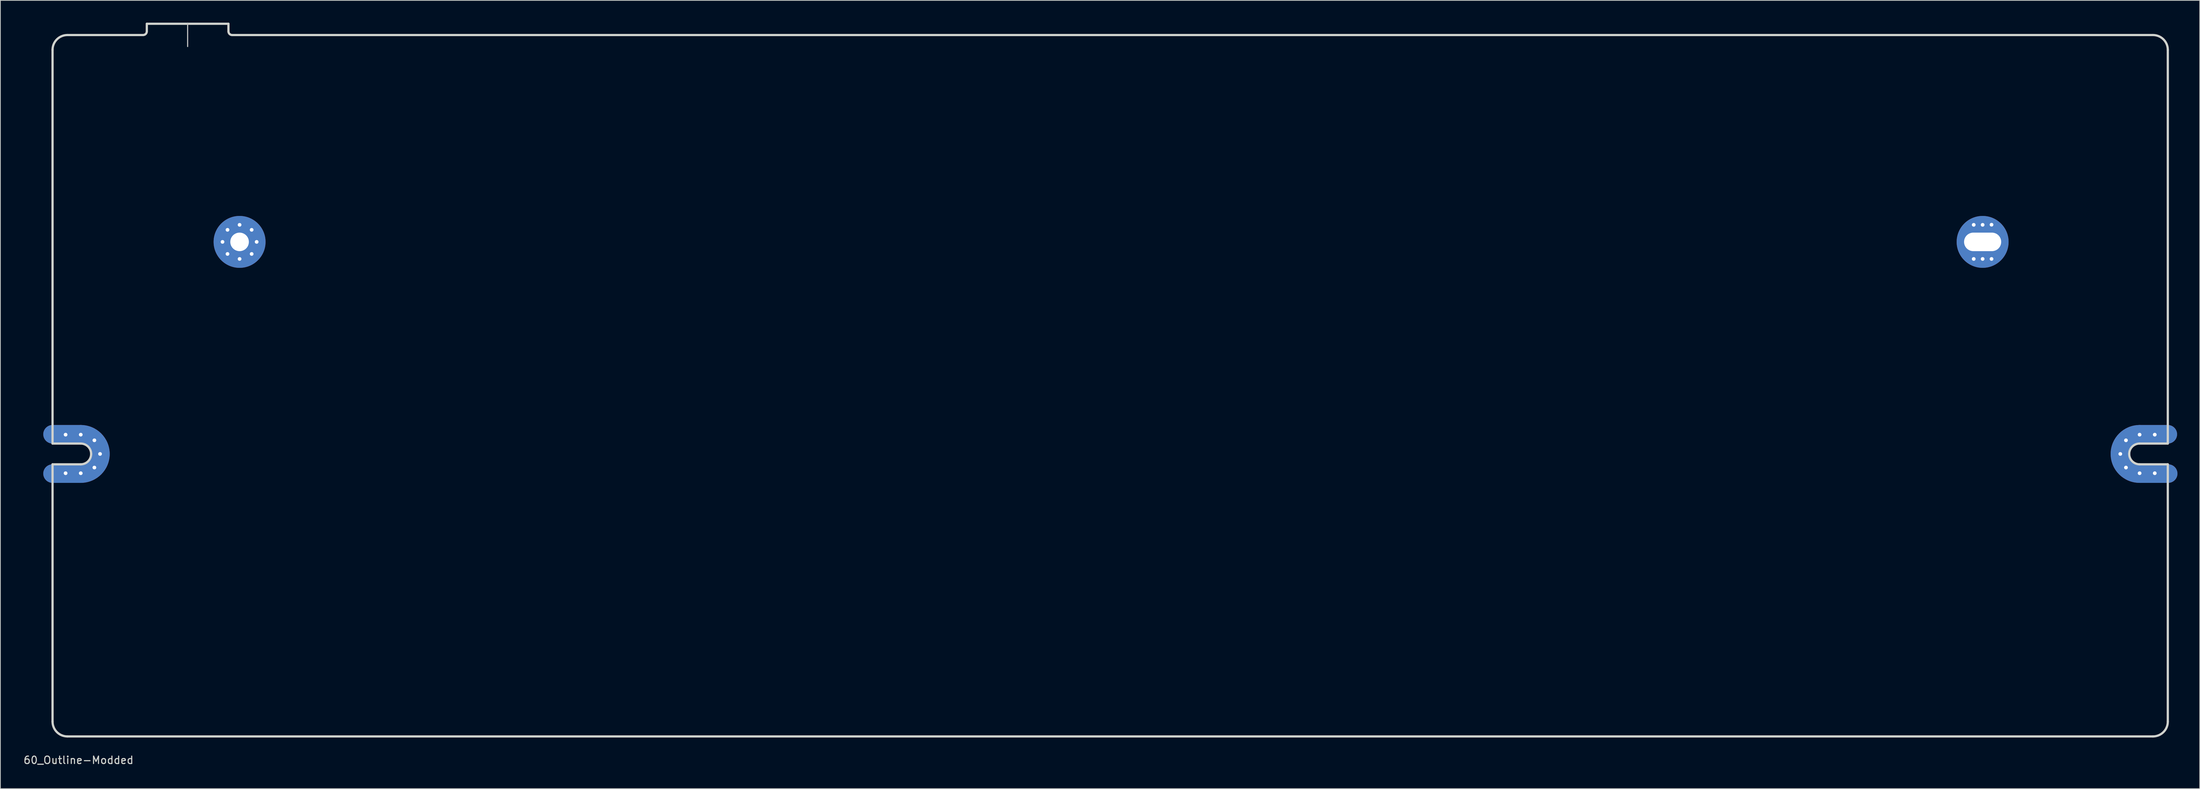
<source format=kicad_pcb>
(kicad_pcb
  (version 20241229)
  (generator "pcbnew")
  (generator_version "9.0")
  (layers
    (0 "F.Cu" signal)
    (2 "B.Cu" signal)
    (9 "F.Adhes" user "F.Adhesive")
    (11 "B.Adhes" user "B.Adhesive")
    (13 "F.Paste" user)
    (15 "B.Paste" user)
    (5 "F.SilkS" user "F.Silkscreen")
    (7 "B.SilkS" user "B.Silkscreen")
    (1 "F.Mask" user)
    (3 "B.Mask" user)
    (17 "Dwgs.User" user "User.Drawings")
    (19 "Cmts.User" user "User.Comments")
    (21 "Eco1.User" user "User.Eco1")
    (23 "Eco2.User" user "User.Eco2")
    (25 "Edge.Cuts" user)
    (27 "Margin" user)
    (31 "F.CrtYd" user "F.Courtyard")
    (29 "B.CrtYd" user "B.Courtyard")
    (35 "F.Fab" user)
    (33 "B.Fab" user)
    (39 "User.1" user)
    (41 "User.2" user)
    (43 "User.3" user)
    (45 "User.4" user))
  (footprint "60_Outline-Modded"
    (layer "F.Cu")
    (at 146.53 48.975)
    (property "Reference" "60_Outline-Modded" (at -139 50.5 0) (layer "Edge.Cuts") (effects (font (size 1 1) (thickness 0.15))))
    (attr through_hole)
    (fp_line (start -142.5 6.549) (end -138.7 6.549) (stroke (width 2.502) (type solid)) (layer "F.Cu"))
    (fp_line (start -142.5 11.851) (end -138.7 11.851) (stroke (width 2.502) (type solid)) (layer "F.Cu"))
    (fp_line (start 138.7 6.549) (end 142.5 6.549) (stroke (width 2.502) (type solid)) (layer "F.Cu"))
    (fp_line (start 138.7 11.851) (end 142.55 11.851) (stroke (width 2.502) (type solid)) (layer "F.Cu"))
    (fp_arc (start -138.7 6.54905) (mid -136.825495 7.325495) (end -136.04905 9.2) (stroke (width 2.5019) (type solid)) (layer "F.Cu"))
    (fp_arc (start -136.04905 9.2) (mid -136.825495 11.074505) (end -138.7 11.85095) (stroke (width 2.5019) (type solid)) (layer "F.Cu"))
    (fp_arc (start 136.04905 9.2) (mid 136.825495 7.325495) (end 138.7 6.54905) (stroke (width 2.5019) (type solid)) (layer "F.Cu"))
    (fp_arc (start 138.7 11.85095) (mid 136.825495 11.074505) (end 136.04905 9.2) (stroke (width 2.5019) (type solid)) (layer "F.Cu"))
    (fp_line (start -142.5 6.549) (end -138.7 6.549) (stroke (width 2.502) (type solid)) (layer "F.Mask"))
    (fp_line (start -142.5 11.851) (end -138.7 11.851) (stroke (width 2.502) (type solid)) (layer "F.Mask"))
    (fp_line (start 138.7 6.549) (end 142.5 6.549) (stroke (width 2.502) (type solid)) (layer "F.Mask"))
    (fp_line (start 138.7 11.851) (end 142.55 11.851) (stroke (width 2.502) (type solid)) (layer "F.Mask"))
    (fp_arc (start -138.7 6.54905) (mid -136.825495 7.325495) (end -136.04905 9.2) (stroke (width 2.5019) (type solid)) (layer "F.Mask"))
    (fp_arc (start -136.04905 9.2) (mid -136.825495 11.074505) (end -138.7 11.85095) (stroke (width 2.5019) (type solid)) (layer "F.Mask"))
    (fp_arc (start 136.04905 9.2) (mid 136.825495 7.325495) (end 138.7 6.54905) (stroke (width 2.5019) (type solid)) (layer "F.Mask"))
    (fp_arc (start 138.7 11.85095) (mid 136.825495 11.074505) (end 136.04905 9.2) (stroke (width 2.5019) (type solid)) (layer "F.Mask"))
    (fp_line (start -142.5 6.549) (end -138.7 6.549) (stroke (width 2.502) (type solid)) (layer "B.Cu"))
    (fp_line (start -142.5 11.851) (end -138.7 11.851) (stroke (width 2.502) (type solid)) (layer "B.Cu"))
    (fp_line (start 138.7 6.549) (end 142.5 6.549) (stroke (width 2.502) (type solid)) (layer "B.Cu"))
    (fp_line (start 138.7 11.851) (end 142.55 11.851) (stroke (width 2.502) (type solid)) (layer "B.Cu"))
    (fp_arc (start -138.7 6.54905) (mid -136.825495 7.325495) (end -136.04905 9.2) (stroke (width 2.5019) (type solid)) (layer "B.Cu"))
    (fp_arc (start -136.04905 9.2) (mid -136.825495 11.074505) (end -138.7 11.85095) (stroke (width 2.5019) (type solid)) (layer "B.Cu"))
    (fp_arc (start 136.04905 9.2) (mid 136.825495 7.325495) (end 138.7 6.54905) (stroke (width 2.5019) (type solid)) (layer "B.Cu"))
    (fp_arc (start 138.7 11.85095) (mid 136.825495 11.074505) (end 136.04905 9.2) (stroke (width 2.5019) (type solid)) (layer "B.Cu"))
    (fp_line (start -142.5 6.549) (end -138.7 6.549) (stroke (width 2.502) (type solid)) (layer "B.Mask"))
    (fp_line (start -142.5 11.851) (end -138.7 11.851) (stroke (width 2.502) (type solid)) (layer "B.Mask"))
    (fp_line (start 138.7 6.549) (end 142.5 6.549) (stroke (width 2.502) (type solid)) (layer "B.Mask"))
    (fp_line (start 138.7 11.851) (end 142.55 11.851) (stroke (width 2.502) (type solid)) (layer "B.Mask"))
    (fp_arc (start -138.7 6.54905) (mid -136.825495 7.325495) (end -136.04905 9.2) (stroke (width 2.5019) (type solid)) (layer "B.Mask"))
    (fp_arc (start -136.04905 9.2) (mid -136.825495 11.074505) (end -138.7 11.85095) (stroke (width 2.5019) (type solid)) (layer "B.Mask"))
    (fp_arc (start 136.04905 9.2) (mid 136.825495 7.325495) (end 138.7 6.54905) (stroke (width 2.5019) (type solid)) (layer "B.Mask"))
    (fp_arc (start 138.7 11.85095) (mid 136.825495 11.074505) (end 136.04905 9.2) (stroke (width 2.5019) (type solid)) (layer "B.Mask"))
    (fp_line (start -124.3 -48.9) (end -124.3 -45.75) (stroke (width 0.15) (type solid)) (layer "Dwgs.User"))
    (fp_line (start -142.5 7.8) (end -142.5 -45.3) (stroke (width 0.3) (type solid)) (layer "Edge.Cuts"))
    (fp_line (start -142.5 10.6) (end -138.7 10.6) (stroke (width 0.3) (type solid)) (layer "Edge.Cuts"))
    (fp_line (start -142.5 45.3) (end -142.5 10.6) (stroke (width 0.3) (type solid)) (layer "Edge.Cuts"))
    (fp_line (start -140.5 -47.3) (end -130.3 -47.3) (stroke (width 0.3) (type solid)) (layer "Edge.Cuts"))
    (fp_line (start -140.5 47.3) (end 140.5 47.3) (stroke (width 0.3) (type solid)) (layer "Edge.Cuts"))
    (fp_line (start -138.7 7.8) (end -142.5 7.8) (stroke (width 0.3) (type solid)) (layer "Edge.Cuts"))
    (fp_line (start -129.8 -48.82) (end -118.8 -48.82) (stroke (width 0.3) (type solid)) (layer "Edge.Cuts"))
    (fp_line (start -129.8 -47.8) (end -129.8 -48.82) (stroke (width 0.3) (type solid)) (layer "Edge.Cuts"))
    (fp_line (start -118.8 -48.82) (end -118.8 -47.8) (stroke (width 0.3) (type solid)) (layer "Edge.Cuts"))
    (fp_line (start 138.7 7.8) (end 142.5 7.8) (stroke (width 0.3) (type solid)) (layer "Edge.Cuts"))
    (fp_line (start 138.7 10.6) (end 142.5 10.6) (stroke (width 0.3) (type solid)) (layer "Edge.Cuts"))
    (fp_line (start 140.5 -47.3) (end -118.3 -47.3) (stroke (width 0.3) (type solid)) (layer "Edge.Cuts"))
    (fp_line (start 142.5 7.8) (end 142.5 -45.3) (stroke (width 0.3) (type solid)) (layer "Edge.Cuts"))
    (fp_line (start 142.5 10.6) (end 142.5 45.3) (stroke (width 0.3) (type solid)) (layer "Edge.Cuts"))
    (fp_arc (start -142.5 -45.3) (mid -141.914214 -46.714214) (end -140.5 -47.3) (stroke (width 0.3) (type solid)) (layer "Edge.Cuts"))
    (fp_arc (start -140.5 47.3) (mid -141.914214 46.714214) (end -142.5 45.3) (stroke (width 0.3) (type solid)) (layer "Edge.Cuts"))
    (fp_arc (start -138.7 7.8) (mid -137.710051 8.210051) (end -137.3 9.2) (stroke (width 0.3) (type solid)) (layer "Edge.Cuts"))
    (fp_arc (start -137.3 9.2) (mid -137.710051 10.189949) (end -138.7 10.6) (stroke (width 0.3) (type solid)) (layer "Edge.Cuts"))
    (fp_arc (start -129.8 -47.8) (mid -129.946447 -47.446447) (end -130.3 -47.3) (stroke (width 0.3) (type solid)) (layer "Edge.Cuts"))
    (fp_arc (start -118.3 -47.3) (mid -118.653553 -47.446447) (end -118.8 -47.8) (stroke (width 0.3) (type solid)) (layer "Edge.Cuts"))
    (fp_arc (start 137.3 9.2) (mid 137.710051 8.210051) (end 138.7 7.8) (stroke (width 0.3) (type solid)) (layer "Edge.Cuts"))
    (fp_arc (start 138.7 10.6) (mid 137.710051 10.189949) (end 137.3 9.2) (stroke (width 0.3) (type solid)) (layer "Edge.Cuts"))
    (fp_arc (start 140.5 -47.3) (mid 141.914214 -46.714214) (end 142.5 -45.3) (stroke (width 0.3) (type solid)) (layer "Edge.Cuts"))
    (fp_arc (start 142.5 45.3) (mid 141.914214 46.714214) (end 140.5 47.3) (stroke (width 0.3) (type solid)) (layer "Edge.Cuts"))
    (pad "1" thru_hole circle (at -140.742 6.6) (size 1 1) (drill 0.5) (layers "*.Cu" "*.Mask"))
    (pad "1" thru_hole circle (at -140.742 11.8) (size 1 1) (drill 0.5) (layers "*.Cu" "*.Mask"))
    (pad "1" thru_hole circle (at -138.7 6.6) (size 1 1) (drill 0.5) (layers "*.Cu" "*.Mask"))
    (pad "1" thru_hole circle (at -138.7 11.8) (size 1 1) (drill 0.5) (layers "*.Cu" "*.Mask"))
    (pad "1" thru_hole circle (at -136.862 7.362) (size 1 1) (drill 0.5) (layers "*.Cu" "*.Mask"))
    (pad "1" thru_hole circle (at -136.862 11.038) (size 1 1) (drill 0.5) (layers "*.Cu" "*.Mask"))
    (pad "1" thru_hole circle (at -136.1 9.2) (size 1 1) (drill 0.5) (layers "*.Cu" "*.Mask"))
    (pad "1" thru_hole circle (at -119.6 -19.4) (size 1 1) (drill 0.5) (layers "*.Cu" "*.Mask"))
    (pad "1" thru_hole circle (at -118.926 -21.026) (size 1 1) (drill 0.5) (layers "*.Cu" "*.Mask"))
    (pad "1" thru_hole circle (at -118.926 -17.774) (size 1 1) (drill 0.5) (layers "*.Cu" "*.Mask"))
    (pad "1" thru_hole circle (at -117.3 -21.7) (size 1 1) (drill 0.5) (layers "*.Cu" "*.Mask"))
    (pad "1" thru_hole circle (at -117.3 -19.4) (size 7.001 7.001) (drill 2.499) (layers "*.Cu" "*.Mask"))
    (pad "1" thru_hole circle (at -117.3 -17.1) (size 1 1) (drill 0.5) (layers "*.Cu" "*.Mask"))
    (pad "1" thru_hole circle (at -115.674 -21.026) (size 1 1) (drill 0.5) (layers "*.Cu" "*.Mask"))
    (pad "1" thru_hole circle (at -115.674 -17.774) (size 1 1) (drill 0.5) (layers "*.Cu" "*.Mask"))
    (pad "1" thru_hole circle (at -115 -19.4) (size 1 1) (drill 0.5) (layers "*.Cu" "*.Mask"))
    (pad "1" thru_hole circle (at 116.35 -21.7) (size 1 1) (drill 0.5) (layers "*.Cu" "*.Mask"))
    (pad "1" thru_hole circle (at 116.35 -17.1) (size 1 1) (drill 0.5) (layers "*.Cu" "*.Mask"))
    (pad "1" thru_hole circle (at 117.55 -21.7) (size 1 1) (drill 0.5) (layers "*.Cu" "*.Mask"))
    (pad "1" thru_hole circle (at 117.55 -19.4) (size 7 7) (drill oval 5.001 2.499) (layers "*.Cu" "*.Mask"))
    (pad "1" thru_hole circle (at 117.55 -17.1) (size 1 1) (drill 0.5) (layers "*.Cu" "*.Mask"))
    (pad "1" thru_hole circle (at 118.75 -21.717) (size 1 1) (drill 0.5) (layers "*.Cu" "*.Mask"))
    (pad "1" thru_hole circle (at 118.75 -17.1) (size 1 1) (drill 0.5) (layers "*.Cu" "*.Mask"))
    (pad "1" thru_hole circle (at 136.1 9.2) (size 1 1) (drill 0.5) (layers "*.Cu" "*.Mask"))
    (pad "1" thru_hole circle (at 136.862 7.362) (size 1 1) (drill 0.5) (layers "*.Cu" "*.Mask"))
    (pad "1" thru_hole circle (at 136.862 11.038) (size 1 1) (drill 0.5) (layers "*.Cu" "*.Mask"))
    (pad "1" thru_hole circle (at 138.7 6.6) (size 1 1) (drill 0.5) (layers "*.Cu" "*.Mask"))
    (pad "1" thru_hole circle (at 138.7 11.8) (size 1 1) (drill 0.5) (layers "*.Cu" "*.Mask"))
    (pad "1" thru_hole circle (at 140.742 6.6) (size 1 1) (drill 0.5) (layers "*.Cu" "*.Mask"))
    (pad "1" thru_hole circle (at 140.742 11.8) (size 1 1) (drill 0.5) (layers "*.Cu" "*.Mask")))
  (gr_rect
    (start -3 -3)
    (end 293.331 103.323)
    (stroke (width 0.1) (type default))
    (fill no)
    (layer "Edge.Cuts")))
</source>
